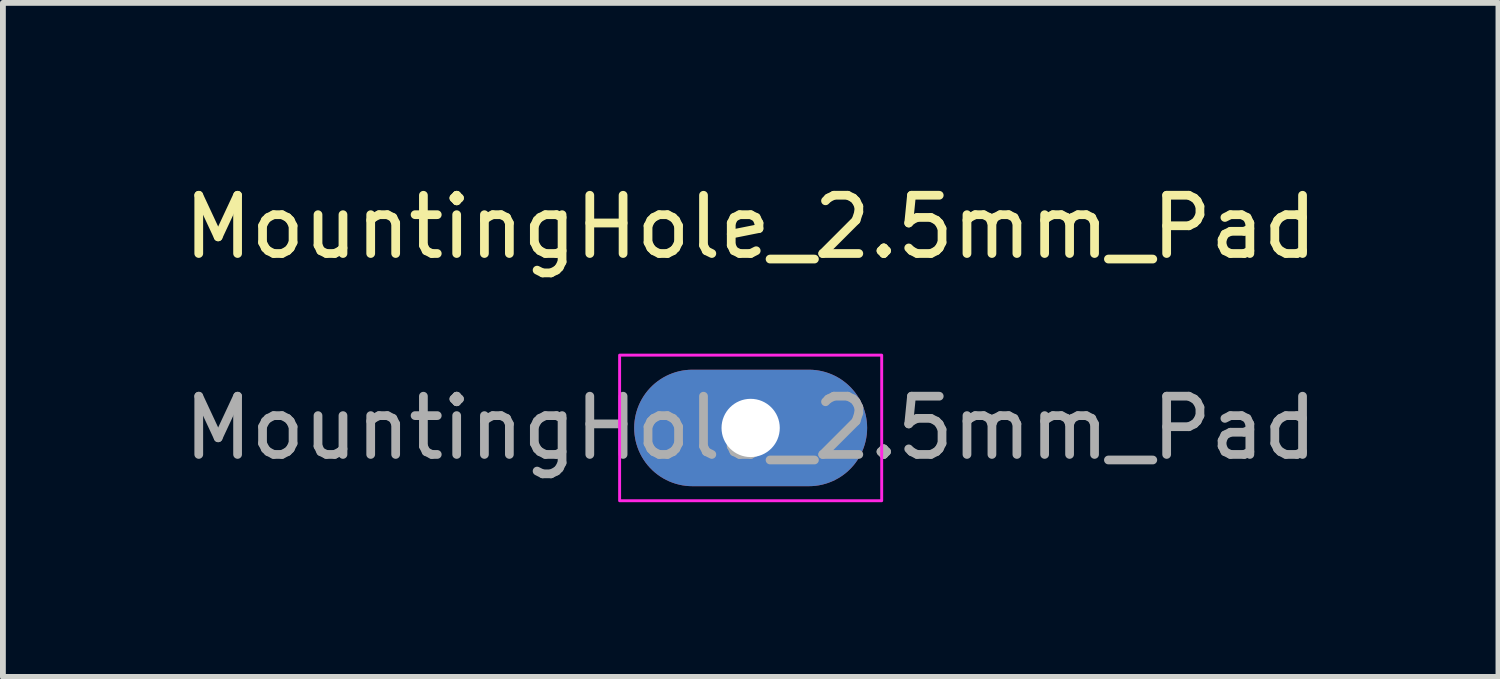
<source format=kicad_pcb>
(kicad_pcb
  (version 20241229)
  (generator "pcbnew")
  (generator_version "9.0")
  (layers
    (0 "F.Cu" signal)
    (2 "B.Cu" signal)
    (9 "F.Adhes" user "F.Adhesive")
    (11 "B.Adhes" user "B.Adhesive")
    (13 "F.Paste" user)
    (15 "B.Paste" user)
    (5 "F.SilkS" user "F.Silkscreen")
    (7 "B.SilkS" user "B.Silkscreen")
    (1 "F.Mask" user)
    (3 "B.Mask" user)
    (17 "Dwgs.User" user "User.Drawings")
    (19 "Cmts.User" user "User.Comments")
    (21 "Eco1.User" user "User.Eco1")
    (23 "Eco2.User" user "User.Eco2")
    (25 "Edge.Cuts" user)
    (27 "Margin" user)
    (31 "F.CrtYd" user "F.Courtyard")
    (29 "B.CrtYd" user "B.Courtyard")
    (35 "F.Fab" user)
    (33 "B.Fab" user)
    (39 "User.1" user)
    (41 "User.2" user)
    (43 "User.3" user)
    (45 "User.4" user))
  (footprint "MountingHole_2.5mm_Pad"
    (layer "F.Cu")
    (at 9.839 4.298)
    (property "Reference" "MountingHole_2.5mm_Pad" (at 0 -3.45 0) (layer "F.SilkS") (effects (font (size 1 1) (thickness 0.15))))
    (attr exclude_from_pos_files)
    (fp_rect (start -2.25 -1.25) (end 2.25 1.25) (stroke (width 0.05) (type solid)) (fill no) (layer "F.CrtYd"))
    (fp_text user "${REFERENCE}" (at 0 0 0) (layer "F.Fab") (effects (font (size 1 1) (thickness 0.15))))
    (pad "1" thru_hole oval (at 0 0) (size 4 2) (drill 1) (layers "*.Cu" "*.Mask")))
  (gr_rect
    (start -3 -3)
    (end 22.679 8.573)
    (stroke (width 0.1) (type default))
    (fill no)
    (layer "Edge.Cuts")))
</source>
